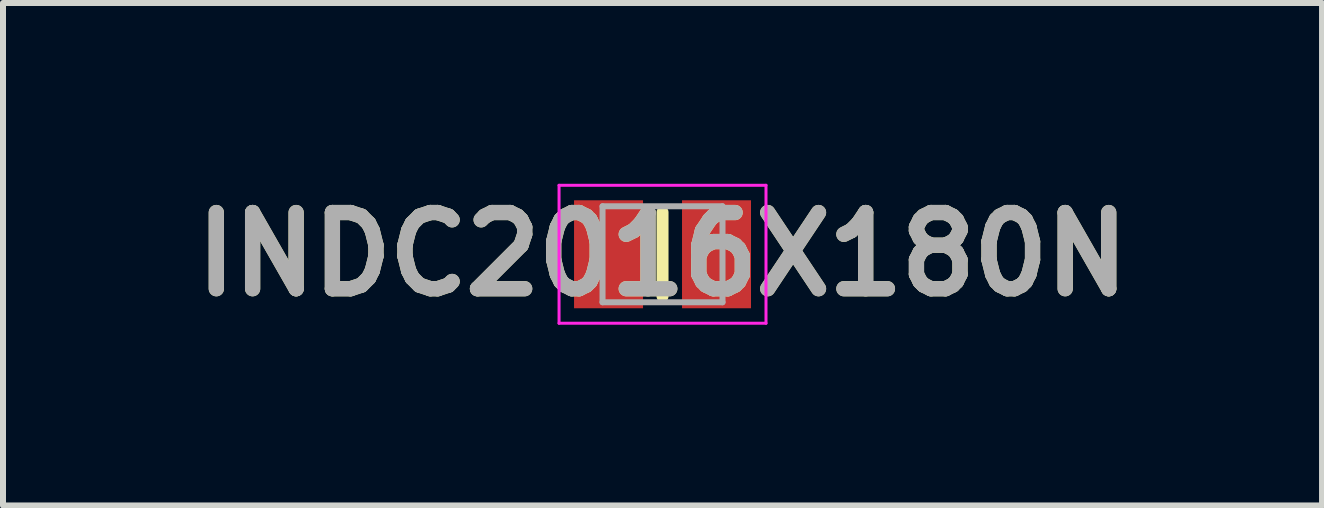
<source format=kicad_pcb>
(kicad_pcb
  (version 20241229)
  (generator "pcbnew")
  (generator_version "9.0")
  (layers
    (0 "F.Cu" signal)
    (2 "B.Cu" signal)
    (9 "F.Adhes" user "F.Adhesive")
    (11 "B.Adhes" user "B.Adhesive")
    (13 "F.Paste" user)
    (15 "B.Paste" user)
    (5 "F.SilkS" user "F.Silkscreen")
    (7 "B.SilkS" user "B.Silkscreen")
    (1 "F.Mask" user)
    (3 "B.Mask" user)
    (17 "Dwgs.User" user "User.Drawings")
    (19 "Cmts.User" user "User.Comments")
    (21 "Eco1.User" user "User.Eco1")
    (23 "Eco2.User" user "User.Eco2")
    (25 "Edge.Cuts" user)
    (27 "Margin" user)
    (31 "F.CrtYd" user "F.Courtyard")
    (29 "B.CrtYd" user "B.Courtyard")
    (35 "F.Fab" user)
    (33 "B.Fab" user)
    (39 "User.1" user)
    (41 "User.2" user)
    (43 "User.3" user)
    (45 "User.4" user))
  (footprint "INDC2016X180N"
    (layer "F.Cu")
    (at 7.995 1.189)
    (property "Reference" "INDC2016X180N" (at 0 0 0) (layer "F.SilkS") (effects (font (size 1.27 1.27) (thickness 0.254))))
    (attr smd)
    (fp_line (start 0 -0.7) (end 0 0.7) (stroke (width 0.2) (type solid)) (layer "F.SilkS"))
    (fp_line (start -1.725 -1.15) (end 1.725 -1.15) (stroke (width 0.05) (type solid)) (layer "F.CrtYd"))
    (fp_line (start -1.725 1.15) (end -1.725 -1.15) (stroke (width 0.05) (type solid)) (layer "F.CrtYd"))
    (fp_line (start 1.725 -1.15) (end 1.725 1.15) (stroke (width 0.05) (type solid)) (layer "F.CrtYd"))
    (fp_line (start 1.725 1.15) (end -1.725 1.15) (stroke (width 0.05) (type solid)) (layer "F.CrtYd"))
    (fp_line (start -1 -0.8) (end 1 -0.8) (stroke (width 0.1) (type solid)) (layer "F.Fab"))
    (fp_line (start -1 0.8) (end -1 -0.8) (stroke (width 0.1) (type solid)) (layer "F.Fab"))
    (fp_line (start 1 -0.8) (end 1 0.8) (stroke (width 0.1) (type solid)) (layer "F.Fab"))
    (fp_line (start 1 0.8) (end -1 0.8) (stroke (width 0.1) (type solid)) (layer "F.Fab"))
    (fp_text user "${REFERENCE}" (at 0 0 0) (layer "F.Fab") (effects (font (size 1.27 1.27) (thickness 0.254))))
    (pad "1" smd rect (at -0.9 0) (size 1.15 1.8) (layers "F.Cu" "F.Mask" "F.Paste"))
    (pad "2" smd rect (at 0.9 0) (size 1.15 1.8) (layers "F.Cu" "F.Mask" "F.Paste")))
  (gr_rect
    (start -3 -3)
    (end 18.99 5.377)
    (stroke (width 0.1) (type default))
    (fill no)
    (layer "Edge.Cuts")))
</source>
